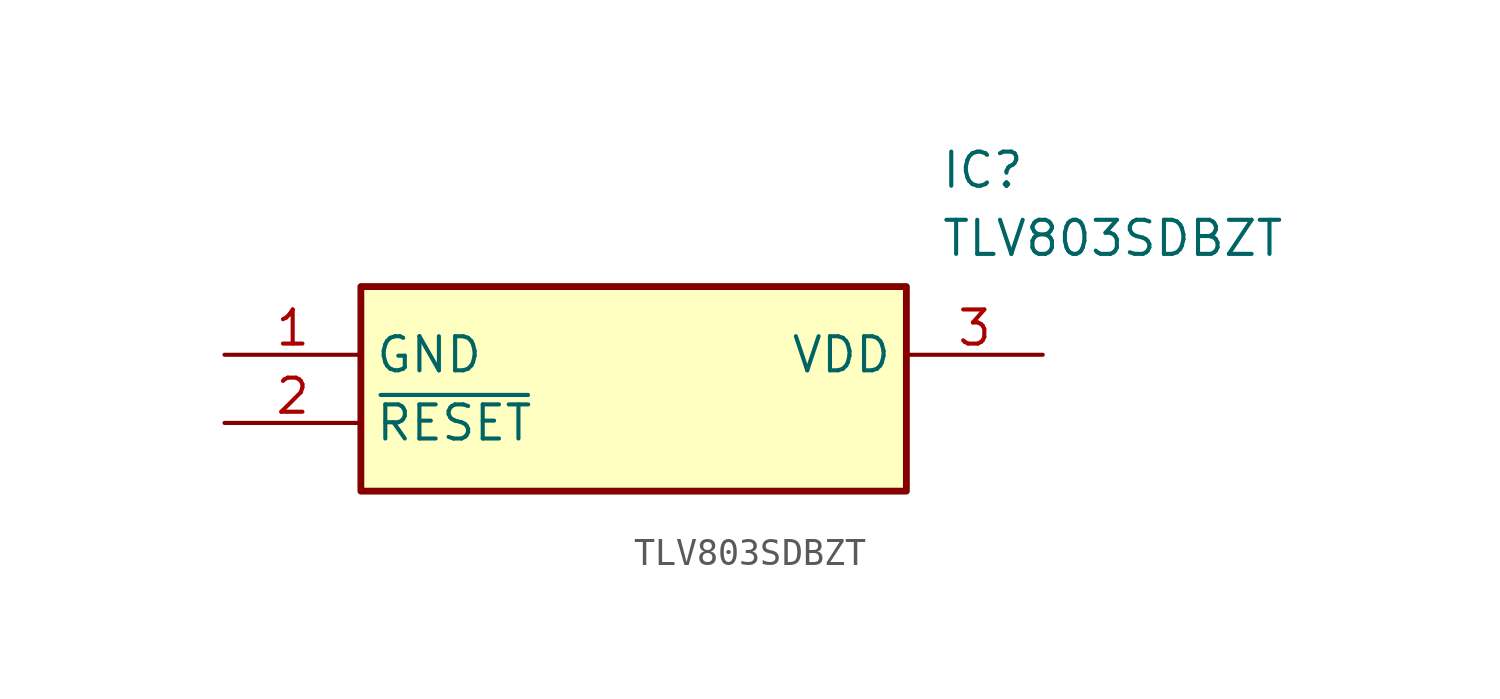
<source format=kicad_sym>
(kicad_symbol_lib
  (version 20211014)
  (generator SamacSys_ECAD_Model)
  (symbol "TLV803SDBZT"
    (property "Reference" "IC"
      (at 26.67 7.62 0)
      (effects (font (size 1.27 1.27)) (justify left top)))
    (property "Value" "TLV803SDBZT"
      (at 26.67 5.08 0)
      (effects (font (size 1.27 1.27)) (justify left top)))
    (rectangle
      (start 5.08 2.54)
      (end 25.4 -5.08)
      (stroke (width 0.254) (type default))
      (fill (type background)))
    (pin power_in line
      (at 0 0 0)
      (length 5.08)
      (name "GND" (effects (font (size 1.27 1.27))))
      (number "1" (effects (font (size 1.27 1.27)))))
    (pin output line
      (at 0 -2.54 0)
      (length 5.08)
      (name "~{RESET}" (effects (font (size 1.27 1.27))))
      (number "2" (effects (font (size 1.27 1.27)))))
    (pin power_in line
      (at 30.48 0 180)
      (length 5.08)
      (name "VDD" (effects (font (size 1.27 1.27))))
      (number "3" (effects (font (size 1.27 1.27)))))))
</source>
